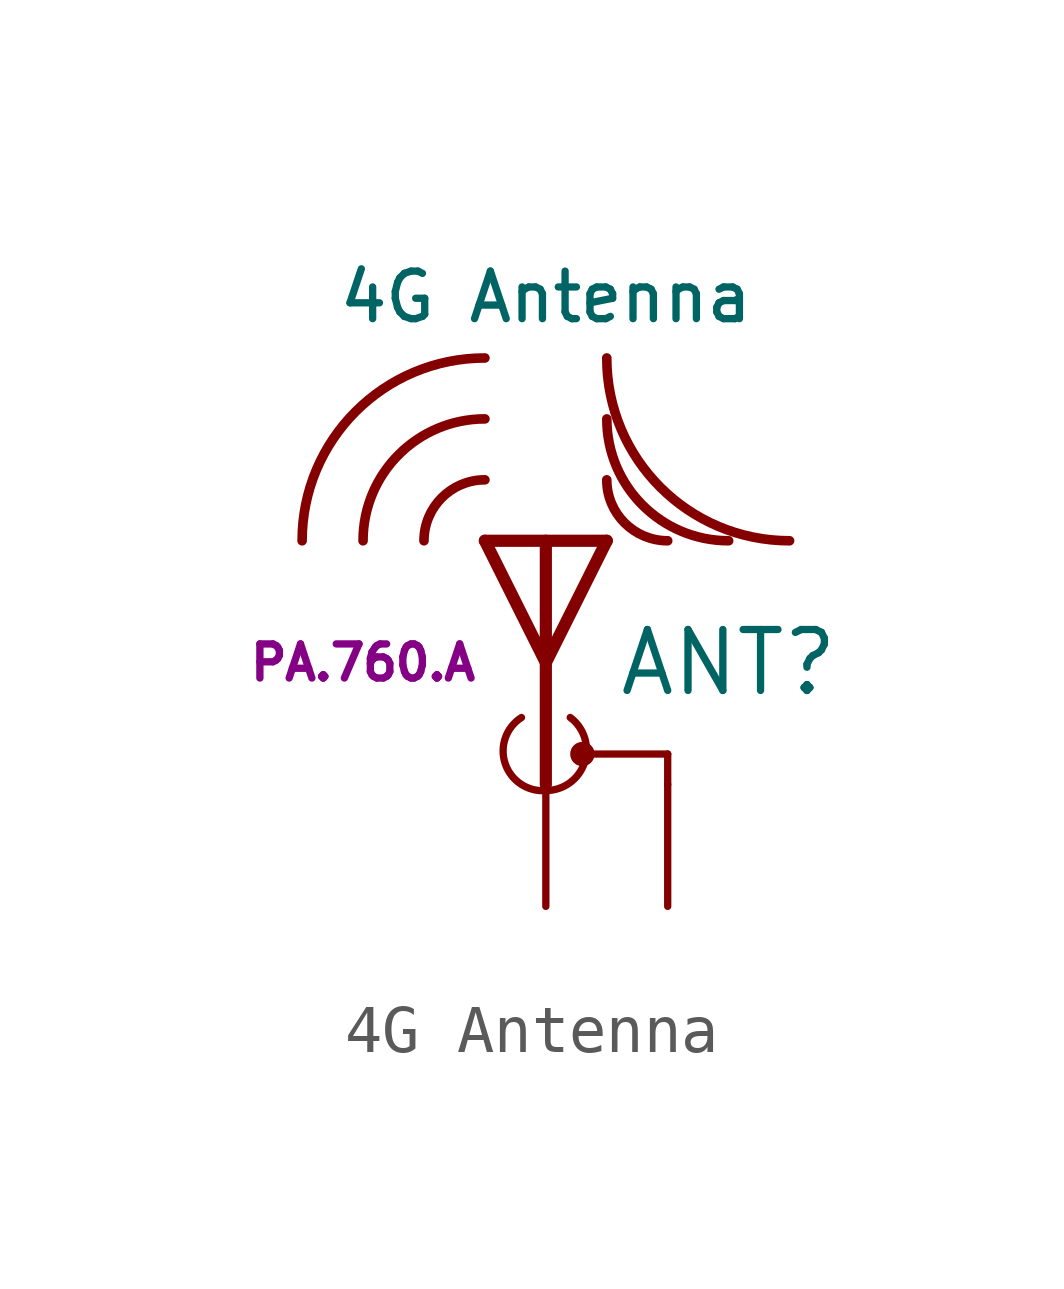
<source format=kicad_sym>
(kicad_symbol_lib
  (version 20211014)
  (generator kicad_symbol_editor)
  (symbol "4G Antenna"
    (pin_numbers hide)
    (pin_names
      (offset 1.016) hide)
    (property "Reference" "ANT"
      (at 3.81 5.08 0)
      (effects (font (size 1.27 1.27))))
    (property "Value" "4G Antenna"
      (at 0 12.7 0)
      (effects (font (size 0.991 0.991))))
    (property "Manufacturer Part #" "PA.760.A"
      (at -3.81 5.08 0)
      (effects (font (size 0.711 0.711))))
    (symbol "4G Antenna_0_1"
      (arc (start -1.2698 8.8898) (mid -2.1678 8.5178) (end -2.5398 7.6198) (stroke (width 0.2) (type default) (color 0 0 0 0)) (fill (type none)))
      (arc (start -1.2698 10.1598) (mid -3.0659 9.4159) (end -3.8098 7.6198) (stroke (width 0.2) (type default) (color 0 0 0 0)) (fill (type none)))
      (arc (start -1.2698 11.4298) (mid -3.9639 10.3139) (end -5.0798 7.6198) (stroke (width 0.2) (type default) (color 0 0 0 0)) (fill (type none)))
      (arc (start -0.5078 3.9368) (mid -0.8483 2.9766) (end 0.0002 2.4128) (stroke (width 0) (type default) (color 0 0 0 0)) (fill (type none)))
      (polyline (pts (xy 0.0002 7.62) (xy 0 2.54)) (stroke (width 0.254) (type default) (color 0 0 0 0)) (fill (type none)))
      (polyline (pts (xy 0.762 3.175) (xy 2.54 3.175)) (stroke (width 0) (type default) (color 0 0 0 0)) (fill (type none)))
      (polyline (pts (xy 2.54 2.54) (xy 2.54 3.175)) (stroke (width 0) (type default) (color 0 0 0 0)) (fill (type none)))
      (polyline (pts (xy 1.27 7.62) (xy 0.0002 5.08) (xy -1.27 7.62)) (stroke (width 0.254) (type default) (color 0 0 0 0)) (fill (type none)))
      (polyline (pts (xy 1.27 7.62) (xy 0.0002 7.62) (xy -1.27 7.62)) (stroke (width 0.254) (type default) (color 0 0 0 0)) (fill (type none)))
      (arc (start 0.0002 2.4128) (mid 0.8049 2.9913) (end 0.5082 3.9368) (stroke (width 0) (type default) (color 0 0 0 0)) (fill (type none)))
      (circle (center 0.762 3.175) (radius 0.178) (stroke (width 0) (type default) (color 0 0 0 0)) (fill (type outline)))
      (arc (start 1.2702 8.8898) (mid 0.3722 6.7218) (end 2.5402 7.6198) (stroke (width 0.2) (type default) (color 0 0 0 0)) (fill (type none)))
      (arc (start 1.2702 10.1598) (mid -0.5259 5.8237) (end 3.8102 7.6198) (stroke (width 0.2) (type default) (color 0 0 0 0)) (fill (type none)))
      (arc (start 1.2702 11.4298) (mid -1.4239 4.9257) (end 5.0802 7.6198) (stroke (width 0.2) (type default) (color 0 0 0 0)) (fill (type none))))
    (symbol "4G Antenna_1_1"
      (pin input line (at 0 0 90) (length 2.54) (name "A" (effects (font (size 0.991 0.991)))) (number "1" (effects (font (size 1.27 1.27)))))
      (pin input line (at 2.54 0 90) (length 2.54) (name "Shield" (effects (font (size 0.991 0.991)))) (number "2" (effects (font (size 1.27 1.27))))))))
</source>
